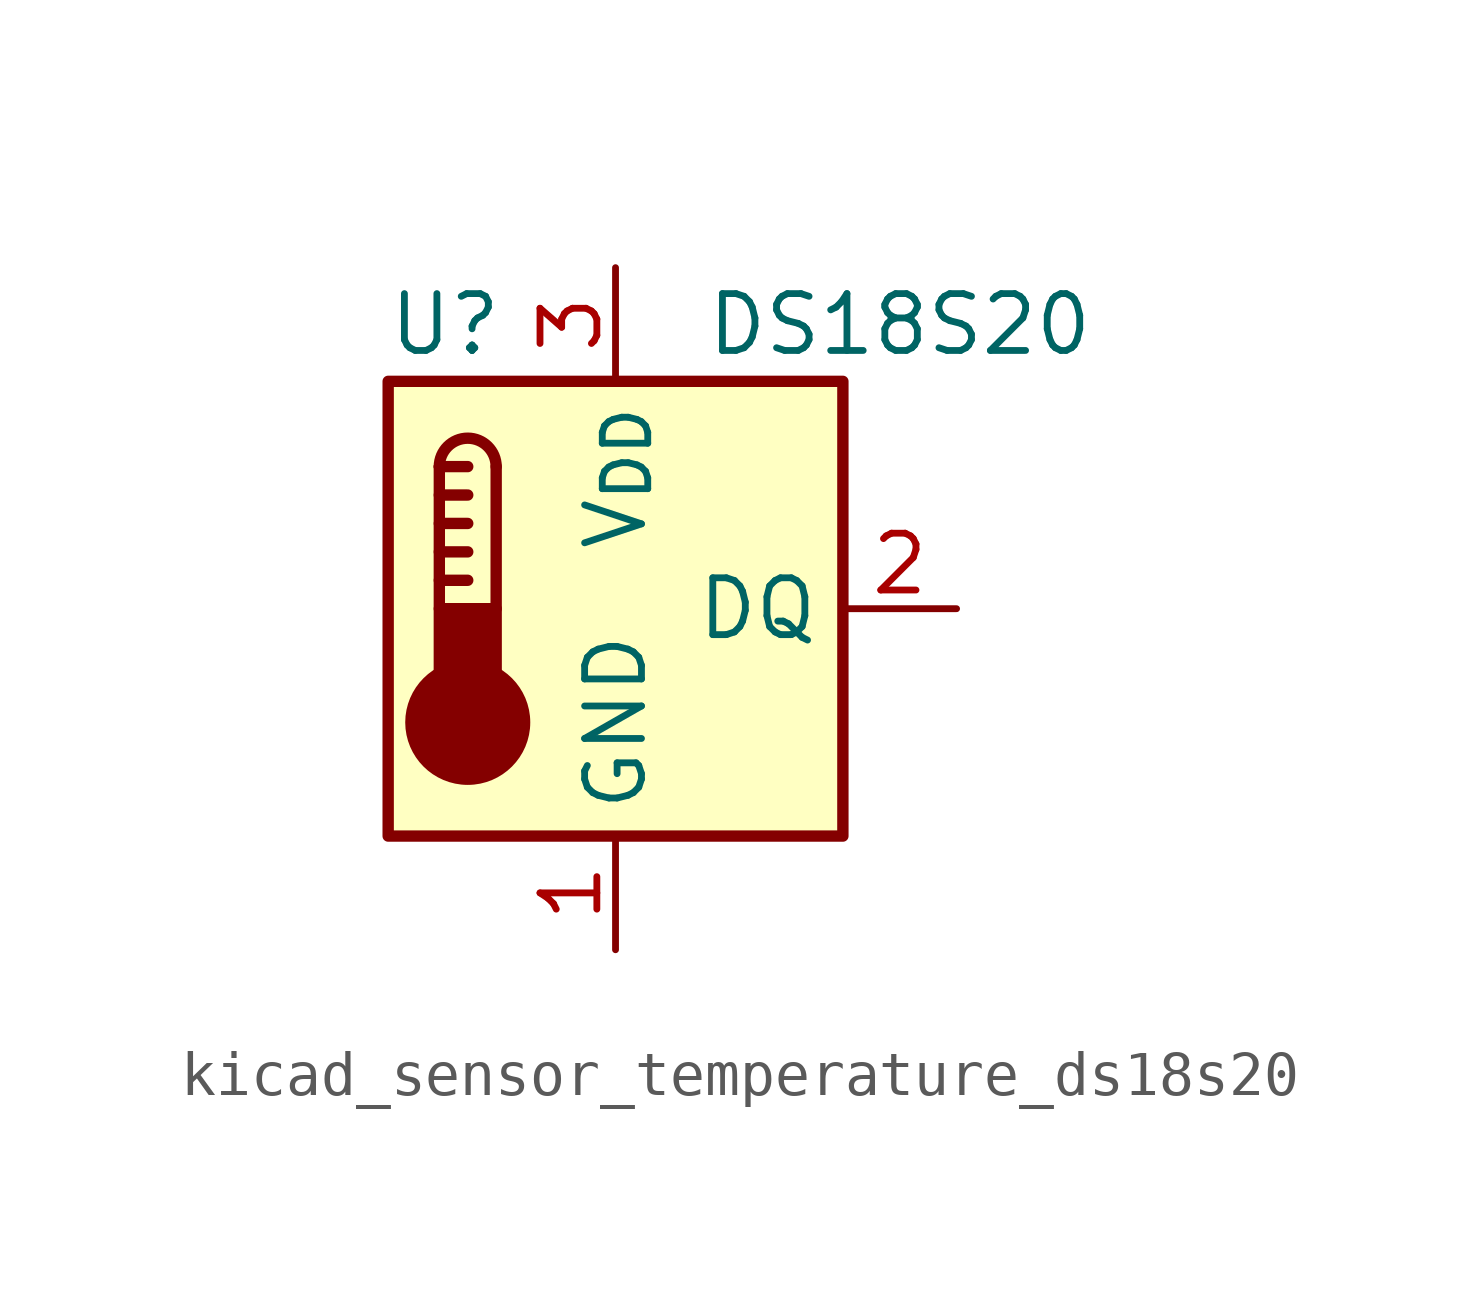
<source format=kicad_sym>
(kicad_symbol_lib
  (version 20220914)
  (generator kicad_symbol_editor)
  (symbol "kicad_sensor_temperature_ds18s20"
    (property "Reference" "U"
      (at -3.81 6.35 0)
      (effects (font (size 1.27 1.27))))
    (property "Value" "DS18S20"
      (at 6.35 6.35 0)
      (effects (font (size 1.27 1.27))))
    (symbol "kicad_sensor_temperature_ds18s20_0_1"
      (rectangle (start -5.08 5.08) (end 5.08 -5.08) (stroke (width 0.254) (type default)) (fill (type background)))
      (circle (center -3.302 -2.54) (radius 1.27) (stroke (width 0.254) (type default)) (fill (type outline)))
      (rectangle (start -2.667 -1.905) (end -3.937 0) (stroke (width 0.254) (type default)) (fill (type outline)))
      (arc (start -2.667 3.175) (mid -3.302 3.8073) (end -3.937 3.175) (stroke (width 0.254) (type default)) (fill (type none)))
      (polyline (pts (xy -3.937 0.635) (xy -3.302 0.635)) (stroke (width 0.254) (type default)) (fill (type none)))
      (polyline (pts (xy -3.937 1.27) (xy -3.302 1.27)) (stroke (width 0.254) (type default)) (fill (type none)))
      (polyline (pts (xy -3.937 1.905) (xy -3.302 1.905)) (stroke (width 0.254) (type default)) (fill (type none)))
      (polyline (pts (xy -3.937 2.54) (xy -3.302 2.54)) (stroke (width 0.254) (type default)) (fill (type none)))
      (polyline (pts (xy -3.937 3.175) (xy -3.937 0)) (stroke (width 0.254) (type default)) (fill (type none)))
      (polyline (pts (xy -3.937 3.175) (xy -3.302 3.175)) (stroke (width 0.254) (type default)) (fill (type none)))
      (polyline (pts (xy -2.667 3.175) (xy -2.667 0)) (stroke (width 0.254) (type default)) (fill (type none))))
    (symbol "kicad_sensor_temperature_ds18s20_1_1"
      (pin power_in line (at 0 -7.62 90) (length 2.54) (name "GND" (effects (font (size 1.27 1.27)))) (number "1" (effects (font (size 1.27 1.27)))))
      (pin bidirectional line (at 7.62 0 180) (length 2.54) (name "DQ" (effects (font (size 1.27 1.27)))) (number "2" (effects (font (size 1.27 1.27)))))
      (pin power_in line (at 0 7.62 270) (length 2.54) (name "V_{DD}" (effects (font (size 1.27 1.27)))) (number "3" (effects (font (size 1.27 1.27))))))))
</source>
